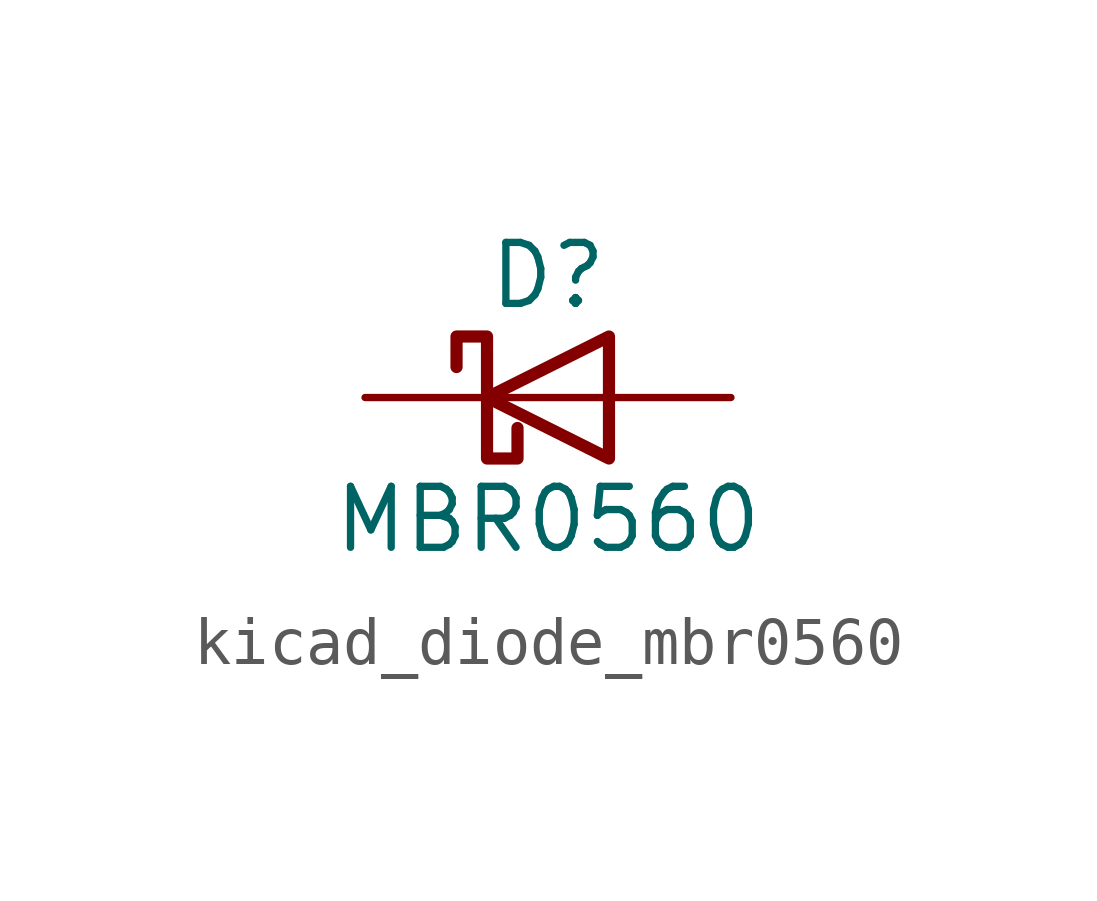
<source format=kicad_sym>
(kicad_symbol_lib
  (version 20220914)
  (generator kicad_symbol_editor)
  (symbol "kicad_diode_mbr0560"
    (pin_numbers hide)
    (pin_names
      (offset 1.016) hide)
    (property "Reference" "D"
      (at 0 2.54 0)
      (effects (font (size 1.27 1.27))))
    (property "Value" "MBR0560"
      (at 0 -2.54 0)
      (effects (font (size 1.27 1.27))))
    (symbol "kicad_diode_mbr0560_0_1"
      (polyline (pts (xy 1.27 0) (xy -1.27 0)) (stroke (width 0) (type default)) (fill (type none)))
      (polyline (pts (xy 1.27 1.27) (xy 1.27 -1.27) (xy -1.27 0) (xy 1.27 1.27)) (stroke (width 0.254) (type default)) (fill (type none)))
      (polyline (pts (xy -1.905 0.635) (xy -1.905 1.27) (xy -1.27 1.27) (xy -1.27 -1.27) (xy -0.635 -1.27) (xy -0.635 -0.635)) (stroke (width 0.254) (type default)) (fill (type none))))
    (symbol "kicad_diode_mbr0560_1_1"
      (pin passive line (at -3.81 0 0) (length 2.54) (name "K" (effects (font (size 1.27 1.27)))) (number "1" (effects (font (size 1.27 1.27)))))
      (pin passive line (at 3.81 0 180) (length 2.54) (name "A" (effects (font (size 1.27 1.27)))) (number "2" (effects (font (size 1.27 1.27))))))))
</source>
